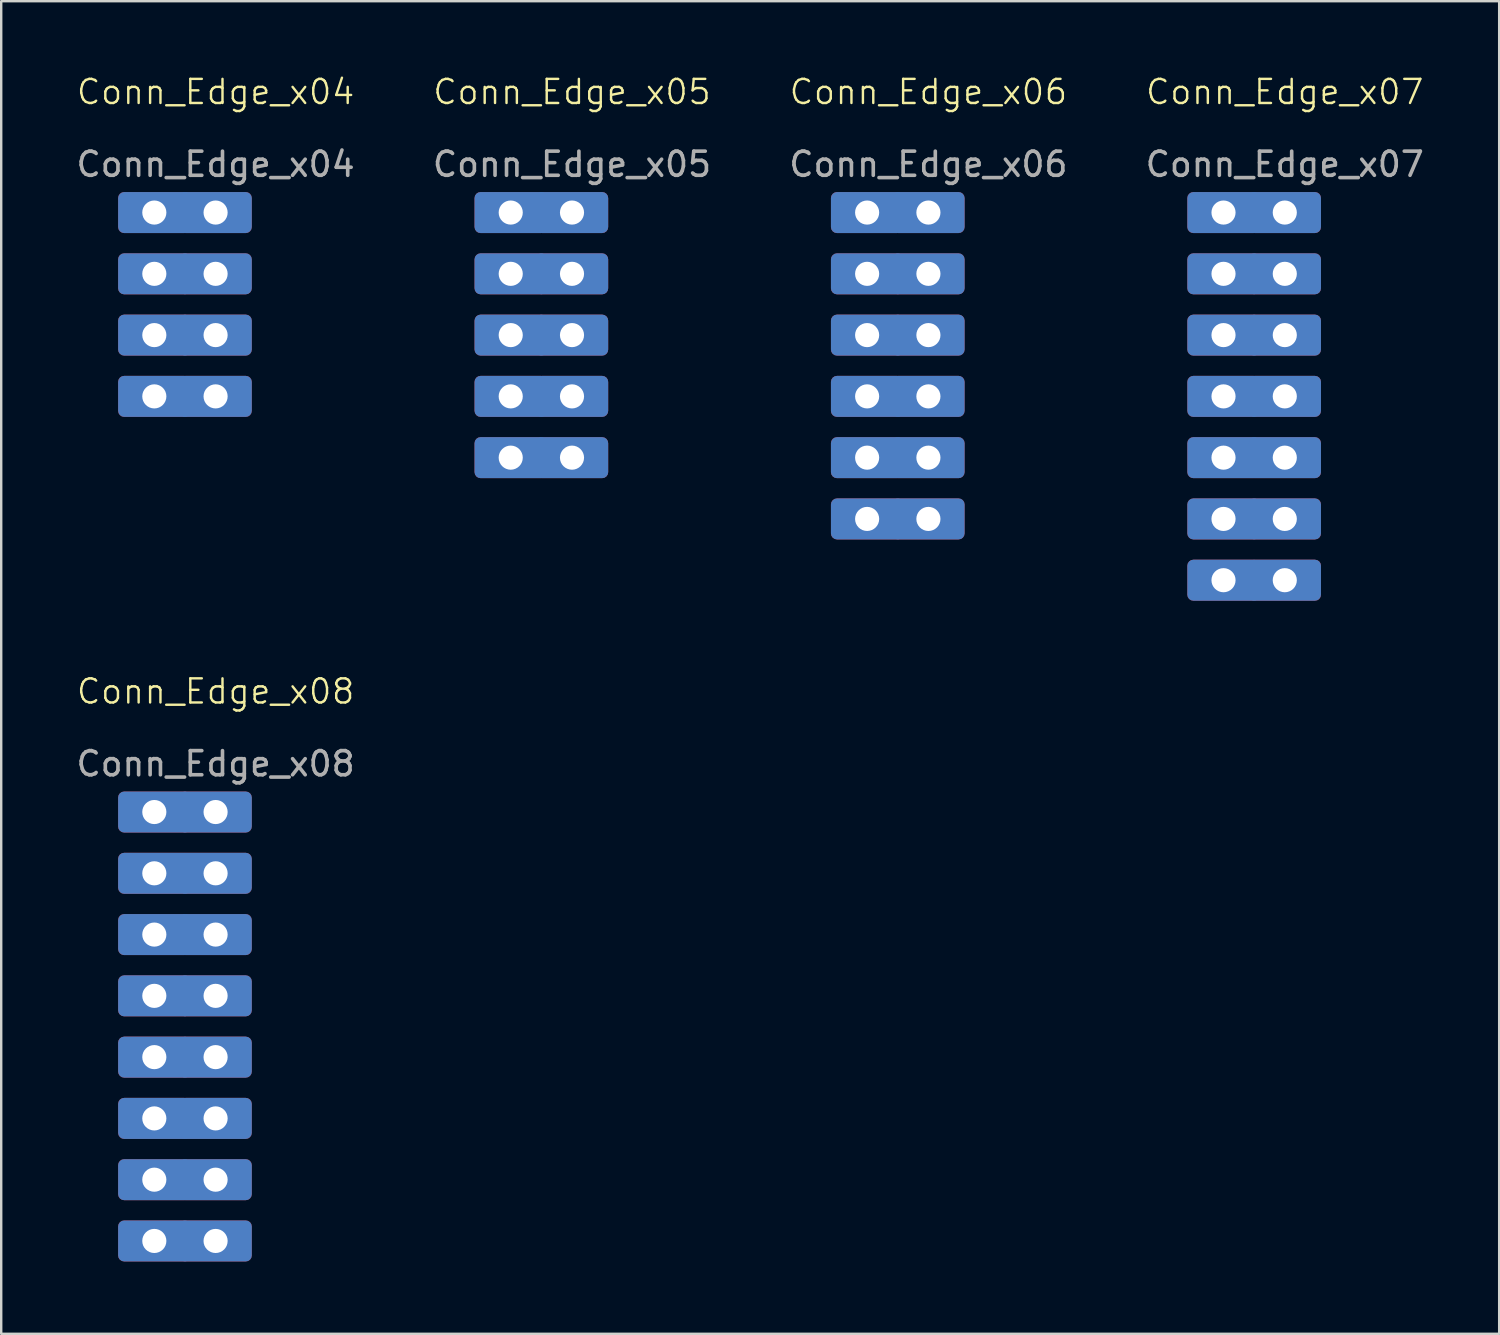
<source format=kicad_pcb>
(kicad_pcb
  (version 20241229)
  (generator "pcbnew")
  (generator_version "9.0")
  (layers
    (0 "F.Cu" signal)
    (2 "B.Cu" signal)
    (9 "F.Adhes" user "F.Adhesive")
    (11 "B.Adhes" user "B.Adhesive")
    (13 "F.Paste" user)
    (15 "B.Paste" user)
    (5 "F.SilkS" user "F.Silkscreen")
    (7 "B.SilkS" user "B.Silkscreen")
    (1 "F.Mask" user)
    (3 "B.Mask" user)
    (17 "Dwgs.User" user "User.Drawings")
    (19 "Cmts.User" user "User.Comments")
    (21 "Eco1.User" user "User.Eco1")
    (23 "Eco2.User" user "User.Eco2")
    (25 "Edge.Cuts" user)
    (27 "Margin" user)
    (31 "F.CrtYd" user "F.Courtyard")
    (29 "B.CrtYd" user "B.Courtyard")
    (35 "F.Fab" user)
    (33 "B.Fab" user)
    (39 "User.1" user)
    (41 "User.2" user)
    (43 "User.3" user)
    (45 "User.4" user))
  (footprint "Conn_Edge_x08"
    (layer "F.Cu")
    (at 5.887 30.611)
    (property "Reference" "Conn_Edge_x08" (at 0 -5 0) (unlocked yes) (layer "F.SilkS") (effects (font (size 1 1) (thickness 0.1))))
    (attr smd)
    (fp_text user "${REFERENCE}" (at 0 -2 0) (unlocked yes) (layer "F.Fab") (effects (font (size 1 1) (thickness 0.15))))
    (pad "1" thru_hole roundrect (at -2.54 0) (size 3 1.7) (drill 1) (layers "*.Cu" "*.Mask") (roundrect_rratio 0.147))
    (pad "1" thru_hole roundrect (at 0 0) (size 3 1.7) (drill 1) (layers "*.Cu" "*.Mask") (roundrect_rratio 0.147))
    (pad "2" thru_hole roundrect (at -2.54 2.54) (size 3 1.7) (drill 1) (layers "*.Cu" "*.Mask") (roundrect_rratio 0.147))
    (pad "2" thru_hole roundrect (at 0 2.54) (size 3 1.7) (drill 1) (layers "*.Cu" "*.Mask") (roundrect_rratio 0.147))
    (pad "3" thru_hole roundrect (at -2.54 5.08) (size 3 1.7) (drill 1) (layers "*.Cu" "*.Mask") (roundrect_rratio 0.147))
    (pad "3" thru_hole roundrect (at 0 5.08) (size 3 1.7) (drill 1) (layers "*.Cu" "*.Mask") (roundrect_rratio 0.147))
    (pad "4" thru_hole roundrect (at -2.54 7.62) (size 3 1.7) (drill 1) (layers "*.Cu" "*.Mask") (roundrect_rratio 0.147))
    (pad "4" thru_hole roundrect (at 0 7.62) (size 3 1.7) (drill 1) (layers "*.Cu" "*.Mask") (roundrect_rratio 0.147))
    (pad "5" thru_hole roundrect (at -2.54 10.16) (size 3 1.7) (drill 1) (layers "*.Cu" "*.Mask") (roundrect_rratio 0.147))
    (pad "5" thru_hole roundrect (at 0 10.16) (size 3 1.7) (drill 1) (layers "*.Cu" "*.Mask") (roundrect_rratio 0.147))
    (pad "6" thru_hole roundrect (at -2.54 12.7) (size 3 1.7) (drill 1) (layers "*.Cu" "*.Mask") (roundrect_rratio 0.147))
    (pad "6" thru_hole roundrect (at 0 12.7) (size 3 1.7) (drill 1) (layers "*.Cu" "*.Mask") (roundrect_rratio 0.147))
    (pad "7" thru_hole roundrect (at -2.54 15.24) (size 3 1.7) (drill 1) (layers "*.Cu" "*.Mask") (roundrect_rratio 0.147))
    (pad "7" thru_hole roundrect (at 0 15.24) (size 3 1.7) (drill 1) (layers "*.Cu" "*.Mask") (roundrect_rratio 0.147))
    (pad "8" thru_hole roundrect (at -2.54 17.78) (size 3 1.7) (drill 1) (layers "*.Cu" "*.Mask") (roundrect_rratio 0.147))
    (pad "8" thru_hole roundrect (at 0 17.78) (size 3 1.7) (drill 1) (layers "*.Cu" "*.Mask") (roundrect_rratio 0.147)))
  (footprint "Conn_Edge_x04"
    (layer "F.Cu")
    (at 5.887 5.761)
    (property "Reference" "Conn_Edge_x04" (at 0 -5 0) (unlocked yes) (layer "F.SilkS") (effects (font (size 1 1) (thickness 0.1))))
    (attr smd)
    (fp_text user "${REFERENCE}" (at 0 -2 0) (unlocked yes) (layer "F.Fab") (effects (font (size 1 1) (thickness 0.15))))
    (pad "1" thru_hole roundrect (at -2.54 0) (size 3 1.7) (drill 1) (layers "*.Cu" "*.Mask") (roundrect_rratio 0.147))
    (pad "1" thru_hole roundrect (at 0 0) (size 3 1.7) (drill 1) (layers "*.Cu" "*.Mask") (roundrect_rratio 0.147))
    (pad "2" thru_hole roundrect (at -2.54 2.54) (size 3 1.7) (drill 1) (layers "*.Cu" "*.Mask") (roundrect_rratio 0.147))
    (pad "2" thru_hole roundrect (at 0 2.54) (size 3 1.7) (drill 1) (layers "*.Cu" "*.Mask") (roundrect_rratio 0.147))
    (pad "3" thru_hole roundrect (at -2.54 5.08) (size 3 1.7) (drill 1) (layers "*.Cu" "*.Mask") (roundrect_rratio 0.147))
    (pad "3" thru_hole roundrect (at 0 5.08) (size 3 1.7) (drill 1) (layers "*.Cu" "*.Mask") (roundrect_rratio 0.147))
    (pad "4" thru_hole roundrect (at -2.54 7.62) (size 3 1.7) (drill 1) (layers "*.Cu" "*.Mask") (roundrect_rratio 0.147))
    (pad "4" thru_hole roundrect (at 0 7.62) (size 3 1.7) (drill 1) (layers "*.Cu" "*.Mask") (roundrect_rratio 0.147)))
  (footprint "Conn_Edge_x07"
    (layer "F.Cu")
    (at 50.208 5.761)
    (property "Reference" "Conn_Edge_x07" (at 0 -5 0) (unlocked yes) (layer "F.SilkS") (effects (font (size 1 1) (thickness 0.1))))
    (attr smd)
    (fp_text user "${REFERENCE}" (at 0 -2 0) (unlocked yes) (layer "F.Fab") (effects (font (size 1 1) (thickness 0.15))))
    (pad "1" thru_hole roundrect (at -2.54 0) (size 3 1.7) (drill 1) (layers "*.Cu" "*.Mask") (roundrect_rratio 0.147))
    (pad "1" thru_hole roundrect (at 0 0) (size 3 1.7) (drill 1) (layers "*.Cu" "*.Mask") (roundrect_rratio 0.147))
    (pad "2" thru_hole roundrect (at -2.54 2.54) (size 3 1.7) (drill 1) (layers "*.Cu" "*.Mask") (roundrect_rratio 0.147))
    (pad "2" thru_hole roundrect (at 0 2.54) (size 3 1.7) (drill 1) (layers "*.Cu" "*.Mask") (roundrect_rratio 0.147))
    (pad "3" thru_hole roundrect (at -2.54 5.08) (size 3 1.7) (drill 1) (layers "*.Cu" "*.Mask") (roundrect_rratio 0.147))
    (pad "3" thru_hole roundrect (at 0 5.08) (size 3 1.7) (drill 1) (layers "*.Cu" "*.Mask") (roundrect_rratio 0.147))
    (pad "4" thru_hole roundrect (at -2.54 7.62) (size 3 1.7) (drill 1) (layers "*.Cu" "*.Mask") (roundrect_rratio 0.147))
    (pad "4" thru_hole roundrect (at 0 7.62) (size 3 1.7) (drill 1) (layers "*.Cu" "*.Mask") (roundrect_rratio 0.147))
    (pad "5" thru_hole roundrect (at -2.54 10.16) (size 3 1.7) (drill 1) (layers "*.Cu" "*.Mask") (roundrect_rratio 0.147))
    (pad "5" thru_hole roundrect (at 0 10.16) (size 3 1.7) (drill 1) (layers "*.Cu" "*.Mask") (roundrect_rratio 0.147))
    (pad "6" thru_hole roundrect (at -2.54 12.7) (size 3 1.7) (drill 1) (layers "*.Cu" "*.Mask") (roundrect_rratio 0.147))
    (pad "6" thru_hole roundrect (at 0 12.7) (size 3 1.7) (drill 1) (layers "*.Cu" "*.Mask") (roundrect_rratio 0.147))
    (pad "7" thru_hole roundrect (at -2.54 15.24) (size 3 1.7) (drill 1) (layers "*.Cu" "*.Mask") (roundrect_rratio 0.147))
    (pad "7" thru_hole roundrect (at 0 15.24) (size 3 1.7) (drill 1) (layers "*.Cu" "*.Mask") (roundrect_rratio 0.147)))
  (footprint "Conn_Edge_x06"
    (layer "F.Cu")
    (at 35.435 5.761)
    (property "Reference" "Conn_Edge_x06" (at 0 -5 0) (unlocked yes) (layer "F.SilkS") (effects (font (size 1 1) (thickness 0.1))))
    (attr smd)
    (fp_text user "${REFERENCE}" (at 0 -2 0) (unlocked yes) (layer "F.Fab") (effects (font (size 1 1) (thickness 0.15))))
    (pad "1" thru_hole roundrect (at -2.54 0) (size 3 1.7) (drill 1) (layers "*.Cu" "*.Mask") (roundrect_rratio 0.147))
    (pad "1" thru_hole roundrect (at 0 0) (size 3 1.7) (drill 1) (layers "*.Cu" "*.Mask") (roundrect_rratio 0.147))
    (pad "2" thru_hole roundrect (at -2.54 2.54) (size 3 1.7) (drill 1) (layers "*.Cu" "*.Mask") (roundrect_rratio 0.147))
    (pad "2" thru_hole roundrect (at 0 2.54) (size 3 1.7) (drill 1) (layers "*.Cu" "*.Mask") (roundrect_rratio 0.147))
    (pad "3" thru_hole roundrect (at -2.54 5.08) (size 3 1.7) (drill 1) (layers "*.Cu" "*.Mask") (roundrect_rratio 0.147))
    (pad "3" thru_hole roundrect (at 0 5.08) (size 3 1.7) (drill 1) (layers "*.Cu" "*.Mask") (roundrect_rratio 0.147))
    (pad "4" thru_hole roundrect (at -2.54 7.62) (size 3 1.7) (drill 1) (layers "*.Cu" "*.Mask") (roundrect_rratio 0.147))
    (pad "4" thru_hole roundrect (at 0 7.62) (size 3 1.7) (drill 1) (layers "*.Cu" "*.Mask") (roundrect_rratio 0.147))
    (pad "5" thru_hole roundrect (at -2.54 10.16) (size 3 1.7) (drill 1) (layers "*.Cu" "*.Mask") (roundrect_rratio 0.147))
    (pad "5" thru_hole roundrect (at 0 10.16) (size 3 1.7) (drill 1) (layers "*.Cu" "*.Mask") (roundrect_rratio 0.147))
    (pad "6" thru_hole roundrect (at -2.54 12.7) (size 3 1.7) (drill 1) (layers "*.Cu" "*.Mask") (roundrect_rratio 0.147))
    (pad "6" thru_hole roundrect (at 0 12.7) (size 3 1.7) (drill 1) (layers "*.Cu" "*.Mask") (roundrect_rratio 0.147)))
  (footprint "Conn_Edge_x05"
    (layer "F.Cu")
    (at 20.661 5.761)
    (property "Reference" "Conn_Edge_x05" (at 0 -5 0) (unlocked yes) (layer "F.SilkS") (effects (font (size 1 1) (thickness 0.1))))
    (attr smd)
    (fp_text user "${REFERENCE}" (at 0 -2 0) (unlocked yes) (layer "F.Fab") (effects (font (size 1 1) (thickness 0.15))))
    (pad "1" thru_hole roundrect (at -2.54 0) (size 3 1.7) (drill 1) (layers "*.Cu" "*.Mask") (roundrect_rratio 0.147))
    (pad "1" thru_hole roundrect (at 0 0) (size 3 1.7) (drill 1) (layers "*.Cu" "*.Mask") (roundrect_rratio 0.147))
    (pad "2" thru_hole roundrect (at -2.54 2.54) (size 3 1.7) (drill 1) (layers "*.Cu" "*.Mask") (roundrect_rratio 0.147))
    (pad "2" thru_hole roundrect (at 0 2.54) (size 3 1.7) (drill 1) (layers "*.Cu" "*.Mask") (roundrect_rratio 0.147))
    (pad "3" thru_hole roundrect (at -2.54 5.08) (size 3 1.7) (drill 1) (layers "*.Cu" "*.Mask") (roundrect_rratio 0.147))
    (pad "3" thru_hole roundrect (at 0 5.08) (size 3 1.7) (drill 1) (layers "*.Cu" "*.Mask") (roundrect_rratio 0.147))
    (pad "4" thru_hole roundrect (at -2.54 7.62) (size 3 1.7) (drill 1) (layers "*.Cu" "*.Mask") (roundrect_rratio 0.147))
    (pad "4" thru_hole roundrect (at 0 7.62) (size 3 1.7) (drill 1) (layers "*.Cu" "*.Mask") (roundrect_rratio 0.147))
    (pad "5" thru_hole roundrect (at -2.54 10.16) (size 3 1.7) (drill 1) (layers "*.Cu" "*.Mask") (roundrect_rratio 0.147))
    (pad "5" thru_hole roundrect (at 0 10.16) (size 3 1.7) (drill 1) (layers "*.Cu" "*.Mask") (roundrect_rratio 0.147)))
  (gr_rect
    (start -3 -3)
    (end 59.095 52.241)
    (stroke (width 0.1) (type default))
    (fill no)
    (layer "Edge.Cuts")))
</source>
